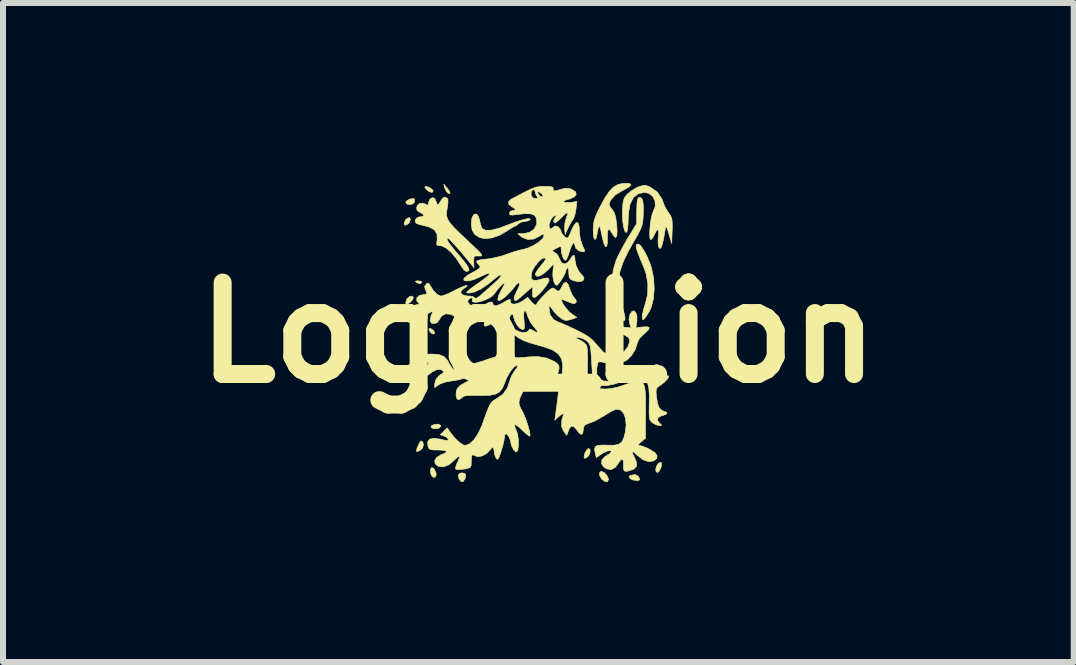
<source format=kicad_pcb>
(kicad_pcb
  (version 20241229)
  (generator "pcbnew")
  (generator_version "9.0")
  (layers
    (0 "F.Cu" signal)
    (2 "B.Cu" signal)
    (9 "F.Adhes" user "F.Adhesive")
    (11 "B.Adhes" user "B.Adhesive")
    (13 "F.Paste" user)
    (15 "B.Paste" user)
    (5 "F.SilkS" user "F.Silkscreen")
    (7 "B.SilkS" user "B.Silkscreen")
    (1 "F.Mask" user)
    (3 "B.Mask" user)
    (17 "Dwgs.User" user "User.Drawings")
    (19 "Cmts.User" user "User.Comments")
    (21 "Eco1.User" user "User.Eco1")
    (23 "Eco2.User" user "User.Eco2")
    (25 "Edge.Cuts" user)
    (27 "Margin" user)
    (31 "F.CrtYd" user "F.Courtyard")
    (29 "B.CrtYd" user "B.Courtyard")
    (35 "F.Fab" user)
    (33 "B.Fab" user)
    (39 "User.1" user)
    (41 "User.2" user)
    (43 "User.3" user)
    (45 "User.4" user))
  (footprint "Logo_Lion"
    (layer "F.Cu")
    (at 5.922 2.494)
    (property "Reference" "Logo_Lion" (at 0 0 0) (layer "F.SilkS") (effects (font (size 1.524 1.524) (thickness 0.3))))
    (attr through_hole)
    (fp_poly (pts (xy -1.952 -0.856) (xy -1.943 -0.838) (xy -1.972 -0.815) (xy -2.017 -0.829) (xy -2.032 -0.838) (xy -2.049 -0.856) (xy -2.022 -0.863) (xy -1.999 -0.863) (xy -1.952 -0.856)) (stroke (width 0.01) (type solid)) (fill yes) (layer "F.SilkS"))
    (fp_poly (pts (xy -1.525 -2.417) (xy -1.484 -2.361) (xy -1.471 -2.325) (xy -1.487 -2.317) (xy -1.514 -2.331) (xy -1.542 -2.368) (xy -1.56 -2.413) (xy -1.577 -2.477) (xy -1.525 -2.417)) (stroke (width 0.01) (type solid)) (fill yes) (layer "F.SilkS"))
    (fp_poly (pts (xy -1.792 -0.067) (xy -1.755 -0.041) (xy -1.729 -0.007) (xy -1.727 0.003) (xy -1.742 0.025) (xy -1.777 0.012) (xy -1.804 -0.013) (xy -1.823 -0.052) (xy -1.82 -0.068) (xy -1.792 -0.067)) (stroke (width 0.01) (type solid)) (fill yes) (layer "F.SilkS"))
    (fp_poly (pts (xy -1.22 2.349) (xy -1.209 2.388) (xy -1.221 2.432) (xy -1.253 2.481) (xy -1.289 2.48) (xy -1.321 2.438) (xy -1.337 2.378) (xy -1.309 2.344) (xy -1.27 2.337) (xy -1.22 2.349)) (stroke (width 0.01) (type solid)) (fill yes) (layer "F.SilkS"))
    (fp_poly (pts (xy -2.134 -1.895) (xy -2.134 -1.881) (xy -2.154 -1.83) (xy -2.184 -1.803) (xy -2.223 -1.79) (xy -2.235 -1.813) (xy -2.235 -1.827) (xy -2.215 -1.879) (xy -2.184 -1.905) (xy -2.146 -1.919) (xy -2.134 -1.895)) (stroke (width 0.01) (type solid)) (fill yes) (layer "F.SilkS"))
    (fp_poly (pts (xy -2.086 -0.595) (xy -2.089 -0.559) (xy -2.123 -0.516) (xy -2.146 -0.498) (xy -2.191 -0.471) (xy -2.207 -0.475) (xy -2.21 -0.502) (xy -2.19 -0.563) (xy -2.144 -0.603) (xy -2.116 -0.61) (xy -2.086 -0.595)) (stroke (width 0.01) (type solid)) (fill yes) (layer "F.SilkS"))
    (fp_poly (pts (xy -2.066 -2.227) (xy -2.061 -2.194) (xy -2.066 -2.173) (xy -2.097 -2.144) (xy -2.146 -2.134) (xy -2.19 -2.143) (xy -2.21 -2.171) (xy -2.188 -2.202) (xy -2.141 -2.226) (xy -2.09 -2.235) (xy -2.066 -2.227)) (stroke (width 0.01) (type solid)) (fill yes) (layer "F.SilkS"))
    (fp_poly (pts (xy -2.023 -0.235) (xy -2.011 -0.188) (xy -2.013 -0.131) (xy -2.03 -0.093) (xy -2.053 -0.084) (xy -2.071 -0.108) (xy -2.081 -0.163) (xy -2.076 -0.219) (xy -2.059 -0.256) (xy -2.045 -0.261) (xy -2.023 -0.235)) (stroke (width 0.01) (type solid)) (fill yes) (layer "F.SilkS"))
    (fp_poly (pts (xy -1.831 -2.426) (xy -1.781 -2.397) (xy -1.753 -2.366) (xy -1.753 -2.361) (xy -1.769 -2.338) (xy -1.809 -2.345) (xy -1.857 -2.377) (xy -1.867 -2.388) (xy -1.893 -2.426) (xy -1.882 -2.438) (xy -1.831 -2.426)) (stroke (width 0.01) (type solid)) (fill yes) (layer "F.SilkS"))
    (fp_poly (pts (xy -1.756 2.254) (xy -1.736 2.274) (xy -1.708 2.332) (xy -1.702 2.367) (xy -1.716 2.406) (xy -1.748 2.41) (xy -1.78 2.381) (xy -1.793 2.351) (xy -1.799 2.287) (xy -1.785 2.252) (xy -1.756 2.254)) (stroke (width 0.01) (type solid)) (fill yes) (layer "F.SilkS"))
    (fp_poly (pts (xy -1.634 1.54) (xy -1.626 1.562) (xy -1.647 1.587) (xy -1.696 1.6) (xy -1.75 1.598) (xy -1.787 1.58) (xy -1.789 1.577) (xy -1.782 1.552) (xy -1.739 1.532) (xy -1.674 1.524) (xy -1.634 1.54)) (stroke (width 0.01) (type solid)) (fill yes) (layer "F.SilkS"))
    (fp_poly (pts (xy 1.661 2.39) (xy 1.676 2.413) (xy 1.69 2.449) (xy 1.669 2.462) (xy 1.63 2.464) (xy 1.566 2.452) (xy 1.526 2.429) (xy 1.512 2.396) (xy 1.538 2.378) (xy 1.612 2.364) (xy 1.661 2.39)) (stroke (width 0.01) (type solid)) (fill yes) (layer "F.SilkS"))
    (fp_poly (pts (xy 2.05 2.169) (xy 2.055 2.204) (xy 2.04 2.258) (xy 2.013 2.308) (xy 1.988 2.33) (xy 1.963 2.318) (xy 1.956 2.279) (xy 1.969 2.225) (xy 1.998 2.181) (xy 2.032 2.162) (xy 2.05 2.169)) (stroke (width 0.01) (type solid)) (fill yes) (layer "F.SilkS"))
    (fp_poly (pts (xy 0.862 1.949) (xy 0.862 1.993) (xy 0.844 2.042) (xy 0.813 2.077) (xy 0.774 2.095) (xy 0.762 2.08) (xy 0.762 2.069) (xy 0.774 2.012) (xy 0.802 1.959) (xy 0.834 1.931) (xy 0.839 1.93) (xy 0.862 1.949)) (stroke (width 0.01) (type solid)) (fill yes) (layer "F.SilkS"))
    (fp_poly (pts (xy -1.925 1.823) (xy -1.916 1.869) (xy -1.927 1.919) (xy -1.947 1.944) (xy -1.997 1.974) (xy -2.028 1.98) (xy -2.032 1.972) (xy -2.023 1.931) (xy -2 1.875) (xy -1.975 1.826) (xy -1.956 1.803) (xy -1.955 1.803) (xy -1.925 1.823)) (stroke (width 0.01) (type solid)) (fill yes) (layer "F.SilkS"))
    (fp_poly (pts (xy 1.098 2.332) (xy 1.143 2.381) (xy 1.168 2.436) (xy 1.168 2.447) (xy 1.153 2.483) (xy 1.114 2.483) (xy 1.064 2.449) (xy 1.058 2.443) (xy 1.025 2.389) (xy 1.018 2.34) (xy 1.039 2.313) (xy 1.05 2.311) (xy 1.098 2.332)) (stroke (width 0.01) (type solid)) (fill yes) (layer "F.SilkS"))
    (fp_poly (pts (xy 1.673 -1.476) (xy 1.715 -1.436) (xy 1.763 -1.364) (xy 1.812 -1.269) (xy 1.858 -1.16) (xy 1.884 -1.084) (xy 1.921 -0.911) (xy 1.931 -0.733) (xy 1.917 -0.562) (xy 1.878 -0.414) (xy 1.846 -0.349) (xy 1.79 -0.26) (xy 1.753 -0.218) (xy 1.734 -0.221) (xy 1.731 -0.271) (xy 1.734 -0.295) (xy 1.753 -0.386) (xy 1.782 -0.482) (xy 1.787 -0.495) (xy 1.822 -0.644) (xy 1.825 -0.812) (xy 1.796 -0.982) (xy 1.762 -1.079) (xy 1.703 -1.219) (xy 1.663 -1.319) (xy 1.639 -1.388) (xy 1.63 -1.433) (xy 1.633 -1.461) (xy 1.644 -1.476) (xy 1.673 -1.476)) (stroke (width 0.01) (type solid)) (fill yes) (layer "F.SilkS"))
    (fp_poly (pts (xy -1.009 -1.957) (xy -0.983 -1.89) (xy -0.98 -1.875) (xy -0.963 -1.8) (xy -0.942 -1.744) (xy -0.936 -1.735) (xy -0.879 -1.706) (xy -0.786 -1.708) (xy -0.657 -1.74) (xy -0.524 -1.789) (xy -0.395 -1.839) (xy -0.285 -1.875) (xy -0.201 -1.897) (xy -0.149 -1.901) (xy -0.135 -1.888) (xy -0.138 -1.883) (xy -0.174 -1.862) (xy -0.227 -1.854) (xy -0.291 -1.841) (xy -0.33 -1.816) (xy -0.367 -1.784) (xy -0.384 -1.778) (xy -0.416 -1.764) (xy -0.473 -1.729) (xy -0.51 -1.703) (xy -0.645 -1.624) (xy -0.779 -1.578) (xy -0.902 -1.568) (xy -0.982 -1.587) (xy -1.062 -1.639) (xy -1.105 -1.715) (xy -1.118 -1.822) (xy -1.107 -1.91) (xy -1.079 -1.964) (xy -1.044 -1.98) (xy -1.009 -1.957)) (stroke (width 0.01) (type solid)) (fill yes) (layer "F.SilkS"))
    (fp_poly (pts (xy 1.72 -2.244) (xy 1.742 -2.19) (xy 1.751 -2.092) (xy 1.748 -1.949) (xy 1.741 -1.861) (xy 1.727 -1.79) (xy 1.702 -1.721) (xy 1.661 -1.64) (xy 1.602 -1.539) (xy 1.493 -1.345) (xy 1.414 -1.179) (xy 1.363 -1.029) (xy 1.334 -0.886) (xy 1.328 -0.827) (xy 1.324 -0.717) (xy 1.334 -0.627) (xy 1.36 -0.533) (xy 1.382 -0.473) (xy 1.422 -0.354) (xy 1.443 -0.266) (xy 1.444 -0.214) (xy 1.427 -0.199) (xy 1.393 -0.227) (xy 1.343 -0.299) (xy 1.334 -0.314) (xy 1.268 -0.47) (xy 1.232 -0.653) (xy 1.225 -0.85) (xy 1.249 -1.046) (xy 1.293 -1.197) (xy 1.33 -1.28) (xy 1.386 -1.389) (xy 1.451 -1.508) (xy 1.493 -1.578) (xy 1.638 -1.816) (xy 1.64 -2.032) (xy 1.643 -2.14) (xy 1.65 -2.207) (xy 1.662 -2.242) (xy 1.682 -2.256) (xy 1.684 -2.256) (xy 1.72 -2.244)) (stroke (width 0.01) (type solid)) (fill yes) (layer "F.SilkS"))
    (fp_poly (pts (xy 1.526 -2.483) (xy 1.544 -2.464) (xy 1.514 -2.431) (xy 1.435 -2.385) (xy 1.404 -2.369) (xy 1.284 -2.297) (xy 1.212 -2.218) (xy 1.211 -2.216) (xy 1.182 -2.16) (xy 1.18 -2.124) (xy 1.208 -2.081) (xy 1.226 -2.06) (xy 1.264 -2.001) (xy 1.289 -1.924) (xy 1.305 -1.813) (xy 1.306 -1.802) (xy 1.313 -1.688) (xy 1.307 -1.615) (xy 1.289 -1.586) (xy 1.261 -1.604) (xy 1.233 -1.648) (xy 1.195 -1.709) (xy 1.168 -1.721) (xy 1.153 -1.684) (xy 1.15 -1.597) (xy 1.151 -1.584) (xy 1.149 -1.486) (xy 1.138 -1.436) (xy 1.119 -1.434) (xy 1.096 -1.477) (xy 1.071 -1.566) (xy 1.06 -1.618) (xy 1.039 -1.717) (xy 1.023 -1.766) (xy 1.008 -1.766) (xy 0.992 -1.718) (xy 0.979 -1.645) (xy 0.962 -1.574) (xy 0.944 -1.552) (xy 0.928 -1.573) (xy 0.917 -1.637) (xy 0.914 -1.71) (xy 0.917 -1.794) (xy 0.93 -1.866) (xy 0.956 -1.943) (xy 1.001 -2.041) (xy 1.027 -2.094) (xy 1.109 -2.246) (xy 1.183 -2.355) (xy 1.254 -2.428) (xy 1.33 -2.47) (xy 1.417 -2.488) (xy 1.459 -2.489) (xy 1.526 -2.483)) (stroke (width 0.01) (type solid)) (fill yes) (layer "F.SilkS"))
    (fp_poly (pts (xy 1.842 -2.436) (xy 1.865 -2.425) (xy 1.981 -2.344) (xy 2.059 -2.23) (xy 2.08 -2.17) (xy 2.111 -2.094) (xy 2.159 -2.013) (xy 2.17 -1.998) (xy 2.203 -1.95) (xy 2.223 -1.905) (xy 2.231 -1.846) (xy 2.232 -1.76) (xy 2.23 -1.698) (xy 2.223 -1.486) (xy 2.189 -1.6) (xy 2.16 -1.698) (xy 2.14 -1.752) (xy 2.127 -1.766) (xy 2.118 -1.744) (xy 2.115 -1.727) (xy 2.09 -1.577) (xy 2.066 -1.472) (xy 2.042 -1.413) (xy 2.021 -1.402) (xy 2.001 -1.44) (xy 2 -1.446) (xy 1.995 -1.5) (xy 1.997 -1.58) (xy 2.001 -1.615) (xy 2.003 -1.69) (xy 1.991 -1.718) (xy 1.966 -1.697) (xy 1.931 -1.628) (xy 1.931 -1.626) (xy 1.902 -1.573) (xy 1.874 -1.55) (xy 1.873 -1.549) (xy 1.86 -1.572) (xy 1.855 -1.632) (xy 1.858 -1.715) (xy 1.866 -1.809) (xy 1.88 -1.9) (xy 1.897 -1.975) (xy 1.915 -2.019) (xy 1.949 -2.108) (xy 1.944 -2.197) (xy 1.905 -2.273) (xy 1.838 -2.323) (xy 1.769 -2.337) (xy 1.663 -2.315) (xy 1.583 -2.25) (xy 1.529 -2.142) (xy 1.502 -1.992) (xy 1.498 -1.901) (xy 1.495 -1.805) (xy 1.487 -1.726) (xy 1.476 -1.68) (xy 1.475 -1.678) (xy 1.455 -1.671) (xy 1.435 -1.705) (xy 1.419 -1.771) (xy 1.406 -1.859) (xy 1.4 -1.96) (xy 1.401 -2.049) (xy 1.409 -2.15) (xy 1.422 -2.217) (xy 1.447 -2.266) (xy 1.484 -2.31) (xy 1.558 -2.369) (xy 1.646 -2.42) (xy 1.665 -2.428) (xy 1.736 -2.452) (xy 1.787 -2.454) (xy 1.842 -2.436)) (stroke (width 0.01) (type solid)) (fill yes) (layer "F.SilkS"))
    (fp_poly (pts (xy -1.513 -2.234) (xy -1.508 -2.224) (xy -1.505 -2.178) (xy -1.513 -2.105) (xy -1.52 -2.066) (xy -1.53 -2.002) (xy -1.529 -1.947) (xy -1.513 -1.893) (xy -1.476 -1.833) (xy -1.414 -1.761) (xy -1.323 -1.669) (xy -1.199 -1.552) (xy -1.189 -1.542) (xy -1.081 -1.441) (xy -1.006 -1.369) (xy -0.961 -1.321) (xy -0.942 -1.294) (xy -0.945 -1.281) (xy -0.966 -1.277) (xy -0.991 -1.278) (xy -1.048 -1.278) (xy -1.072 -1.262) (xy -1.077 -1.214) (xy -1.076 -1.182) (xy -1.073 -1.081) (xy -1.123 -1.144) (xy -1.203 -1.243) (xy -1.286 -1.342) (xy -1.365 -1.432) (xy -1.432 -1.506) (xy -1.481 -1.556) (xy -1.504 -1.575) (xy -1.504 -1.575) (xy -1.523 -1.564) (xy -1.512 -1.528) (xy -1.468 -1.464) (xy -1.391 -1.369) (xy -1.361 -1.335) (xy -1.263 -1.22) (xy -1.198 -1.136) (xy -1.163 -1.078) (xy -1.155 -1.043) (xy -1.161 -1.032) (xy -1.198 -1.017) (xy -1.241 -1.046) (xy -1.292 -1.121) (xy -1.369 -1.238) (xy -1.452 -1.336) (xy -1.534 -1.408) (xy -1.607 -1.445) (xy -1.629 -1.448) (xy -1.676 -1.451) (xy -1.694 -1.471) (xy -1.69 -1.523) (xy -1.687 -1.544) (xy -1.689 -1.642) (xy -1.733 -1.714) (xy -1.821 -1.762) (xy -1.892 -1.78) (xy -1.969 -1.798) (xy -2.026 -1.818) (xy -2.041 -1.827) (xy -2.055 -1.869) (xy -2.032 -1.908) (xy -1.982 -1.93) (xy -1.969 -1.93) (xy -1.917 -1.939) (xy -1.911 -1.962) (xy -1.952 -1.994) (xy -1.969 -2.002) (xy -2.02 -2.035) (xy -2.029 -2.077) (xy -2.017 -2.119) (xy -1.982 -2.15) (xy -1.926 -2.158) (xy -1.876 -2.141) (xy -1.863 -2.127) (xy -1.845 -2.122) (xy -1.83 -2.167) (xy -1.829 -2.172) (xy -1.804 -2.228) (xy -1.765 -2.251) (xy -1.727 -2.238) (xy -1.706 -2.191) (xy -1.689 -2.142) (xy -1.661 -2.141) (xy -1.63 -2.186) (xy -1.626 -2.197) (xy -1.591 -2.246) (xy -1.548 -2.259) (xy -1.513 -2.234)) (stroke (width 0.01) (type solid)) (fill yes) (layer "F.SilkS"))
    (fp_poly (pts (xy -1.657 0.365) (xy -1.572 0.399) (xy -1.513 0.462) (xy -1.488 0.51) (xy -1.431 0.601) (xy -1.363 0.65) (xy -1.3 0.654) (xy -1.283 0.642) (xy -1.308 0.62) (xy -1.34 0.601) (xy -1.399 0.559) (xy -1.421 0.508) (xy -1.422 0.482) (xy -1.42 0.427) (xy -1.406 0.412) (xy -1.372 0.435) (xy -1.332 0.473) (xy -1.287 0.513) (xy -1.241 0.53) (xy -1.175 0.529) (xy -1.134 0.525) (xy -1.037 0.506) (xy -0.923 0.473) (xy -0.851 0.446) (xy -0.691 0.396) (xy -0.542 0.383) (xy -0.419 0.407) (xy -0.337 0.419) (xy -0.213 0.41) (xy -0.186 0.406) (xy -0.018 0.397) (xy 0.139 0.424) (xy 0.271 0.482) (xy 0.3 0.503) (xy 0.339 0.542) (xy 0.347 0.587) (xy 0.337 0.637) (xy 0.322 0.685) (xy 0.298 0.713) (xy 0.253 0.728) (xy 0.173 0.738) (xy 0.164 0.739) (xy -0.008 0.776) (xy -0.145 0.849) (xy -0.246 0.957) (xy -0.308 1.092) (xy -0.323 1.156) (xy -0.318 1.208) (xy -0.29 1.269) (xy -0.272 1.301) (xy -0.238 1.37) (xy -0.203 1.459) (xy -0.172 1.552) (xy -0.149 1.636) (xy -0.138 1.698) (xy -0.141 1.725) (xy -0.164 1.715) (xy -0.212 1.677) (xy -0.267 1.626) (xy -0.339 1.56) (xy -0.384 1.534) (xy -0.399 1.546) (xy -0.383 1.596) (xy -0.37 1.622) (xy -0.346 1.694) (xy -0.333 1.787) (xy -0.332 1.881) (xy -0.343 1.955) (xy -0.352 1.976) (xy -0.374 1.99) (xy -0.404 1.961) (xy -0.415 1.946) (xy -0.446 1.887) (xy -0.457 1.844) (xy -0.468 1.787) (xy -0.493 1.73) (xy -0.524 1.691) (xy -0.544 1.685) (xy -0.565 1.715) (xy -0.566 1.743) (xy -0.571 1.79) (xy -0.589 1.869) (xy -0.616 1.962) (xy -0.616 1.964) (xy -0.646 2.052) (xy -0.667 2.099) (xy -0.684 2.11) (xy -0.702 2.095) (xy -0.704 2.092) (xy -0.729 2.033) (xy -0.737 1.976) (xy -0.745 1.919) (xy -0.767 1.91) (xy -0.803 1.95) (xy -0.806 1.955) (xy -0.862 2.014) (xy -0.934 2.054) (xy -1.005 2.067) (xy -1.04 2.058) (xy -1.086 2.037) (xy -1.109 2.044) (xy -1.117 2.087) (xy -1.118 2.143) (xy -1.12 2.212) (xy -1.136 2.247) (xy -1.177 2.263) (xy -1.213 2.27) (xy -1.297 2.282) (xy -1.346 2.284) (xy -1.372 2.276) (xy -1.379 2.27) (xy -1.378 2.24) (xy -1.358 2.183) (xy -1.345 2.156) (xy -1.316 2.088) (xy -1.317 2.061) (xy -1.348 2.075) (xy -1.399 2.124) (xy -1.488 2.199) (xy -1.578 2.236) (xy -1.659 2.232) (xy -1.669 2.228) (xy -1.719 2.186) (xy -1.727 2.133) (xy -1.695 2.08) (xy -1.626 2.037) (xy -1.611 2.031) (xy -1.545 2.003) (xy -1.528 1.98) (xy -1.56 1.964) (xy -1.638 1.956) (xy -1.674 1.956) (xy -1.758 1.954) (xy -1.805 1.945) (xy -1.828 1.924) (xy -1.84 1.89) (xy -1.844 1.818) (xy -1.812 1.775) (xy -1.741 1.761) (xy -1.63 1.775) (xy -1.556 1.794) (xy -1.51 1.796) (xy -1.5 1.777) (xy -1.524 1.748) (xy -1.567 1.725) (xy -1.635 1.7) (xy -1.577 1.644) (xy -1.52 1.587) (xy -1.478 1.648) (xy -1.402 1.744) (xy -1.326 1.82) (xy -1.259 1.868) (xy -1.219 1.88) (xy -1.148 1.855) (xy -1.074 1.787) (xy -1.003 1.681) (xy -0.939 1.544) (xy -0.928 1.511) (xy -0.878 1.373) (xy -0.841 1.275) (xy -0.811 1.208) (xy -0.783 1.164) (xy -0.754 1.135) (xy -0.718 1.112) (xy -0.697 1.101) (xy -0.587 1.023) (xy -0.515 0.919) (xy -0.479 0.811) (xy -0.449 0.724) (xy -0.403 0.647) (xy -0.39 0.631) (xy -0.353 0.582) (xy -0.349 0.551) (xy -0.352 0.548) (xy -0.384 0.555) (xy -0.429 0.598) (xy -0.478 0.665) (xy -0.524 0.746) (xy -0.559 0.829) (xy -0.596 0.922) (xy -0.645 0.986) (xy -0.713 1.025) (xy -0.811 1.044) (xy -0.948 1.048) (xy -0.988 1.047) (xy -1.11 1.045) (xy -1.19 1.049) (xy -1.24 1.059) (xy -1.267 1.076) (xy -1.269 1.079) (xy -1.318 1.116) (xy -1.355 1.106) (xy -1.371 1.052) (xy -1.372 1.043) (xy -1.367 0.975) (xy -1.347 0.924) (xy -1.302 0.88) (xy -1.224 0.835) (xy -1.16 0.803) (xy -1.059 0.749) (xy -0.972 0.692) (xy -0.905 0.639) (xy -0.869 0.596) (xy -0.868 0.571) (xy -0.894 0.577) (xy -0.945 0.606) (xy -0.968 0.622) (xy -1.138 0.725) (xy -1.316 0.784) (xy -1.422 0.801) (xy -1.536 0.82) (xy -1.627 0.85) (xy -1.657 0.867) (xy -1.727 0.916) (xy -1.727 0.852) (xy -1.706 0.78) (xy -1.654 0.715) (xy -1.599 0.681) (xy -1.58 0.655) (xy -1.585 0.64) (xy -1.628 0.612) (xy -1.695 0.618) (xy -1.773 0.656) (xy -1.813 0.687) (xy -1.868 0.727) (xy -1.907 0.743) (xy -1.916 0.74) (xy -1.917 0.697) (xy -1.894 0.631) (xy -1.852 0.558) (xy -1.849 0.554) (xy -1.831 0.512) (xy -1.835 0.493) (xy -1.869 0.491) (xy -1.917 0.519) (xy -1.967 0.566) (xy -2.005 0.622) (xy -2.011 0.637) (xy -2.038 0.688) (xy -2.063 0.692) (xy -2.079 0.651) (xy -2.083 0.598) (xy -2.071 0.53) (xy -2.03 0.469) (xy -1.993 0.434) (xy -1.924 0.383) (xy -1.855 0.36) (xy -1.778 0.356) (xy -1.657 0.365)) (stroke (width 0.01) (type solid)) (fill yes) (layer "F.SilkS"))
    (fp_poly (pts (xy 0.192 -2.436) (xy 0.237 -2.426) (xy 0.249 -2.407) (xy 0.249 -2.402) (xy 0.247 -2.372) (xy 0.265 -2.363) (xy 0.313 -2.371) (xy 0.373 -2.388) (xy 0.455 -2.407) (xy 0.519 -2.402) (xy 0.557 -2.388) (xy 0.618 -2.349) (xy 0.632 -2.305) (xy 0.6 -2.263) (xy 0.527 -2.229) (xy 0.487 -2.22) (xy 0.432 -2.201) (xy 0.421 -2.182) (xy 0.448 -2.169) (xy 0.506 -2.166) (xy 0.54 -2.17) (xy 0.642 -2.186) (xy 0.627 -2.055) (xy 0.611 -1.971) (xy 0.588 -1.904) (xy 0.575 -1.882) (xy 0.542 -1.834) (xy 0.503 -1.762) (xy 0.493 -1.74) (xy 0.447 -1.638) (xy 0.438 -1.731) (xy 0.442 -1.82) (xy 0.465 -1.909) (xy 0.467 -1.915) (xy 0.49 -1.978) (xy 0.486 -2.002) (xy 0.454 -1.984) (xy 0.393 -1.927) (xy 0.384 -1.917) (xy 0.329 -1.866) (xy 0.288 -1.834) (xy 0.276 -1.829) (xy 0.256 -1.847) (xy 0.26 -1.887) (xy 0.284 -1.925) (xy 0.301 -1.951) (xy 0.286 -1.956) (xy 0.246 -1.934) (xy 0.208 -1.882) (xy 0.182 -1.818) (xy 0.178 -1.785) (xy 0.19 -1.738) (xy 0.218 -1.729) (xy 0.241 -1.753) (xy 0.281 -1.779) (xy 0.328 -1.768) (xy 0.362 -1.727) (xy 0.366 -1.716) (xy 0.393 -1.653) (xy 0.436 -1.6) (xy 0.478 -1.575) (xy 0.482 -1.575) (xy 0.504 -1.596) (xy 0.529 -1.649) (xy 0.531 -1.656) (xy 0.565 -1.734) (xy 0.6 -1.799) (xy 0.637 -1.837) (xy 0.663 -1.825) (xy 0.68 -1.766) (xy 0.685 -1.669) (xy 0.7 -1.554) (xy 0.737 -1.448) (xy 0.737 -1.447) (xy 0.767 -1.384) (xy 0.772 -1.355) (xy 0.754 -1.346) (xy 0.748 -1.346) (xy 0.678 -1.363) (xy 0.626 -1.404) (xy 0.61 -1.449) (xy 0.602 -1.494) (xy 0.584 -1.495) (xy 0.558 -1.456) (xy 0.529 -1.383) (xy 0.522 -1.36) (xy 0.496 -1.282) (xy 0.471 -1.225) (xy 0.457 -1.206) (xy 0.432 -1.215) (xy 0.407 -1.259) (xy 0.388 -1.323) (xy 0.381 -1.387) (xy 0.379 -1.427) (xy 0.363 -1.436) (xy 0.319 -1.417) (xy 0.299 -1.407) (xy 0.246 -1.378) (xy 0.235 -1.361) (xy 0.261 -1.344) (xy 0.274 -1.338) (xy 0.322 -1.295) (xy 0.351 -1.234) (xy 0.385 -1.167) (xy 0.434 -1.145) (xy 0.489 -1.168) (xy 0.527 -1.217) (xy 0.568 -1.278) (xy 0.595 -1.29) (xy 0.608 -1.253) (xy 0.61 -1.218) (xy 0.628 -1.118) (xy 0.675 -1.021) (xy 0.722 -0.967) (xy 0.76 -0.918) (xy 0.755 -0.878) (xy 0.715 -0.854) (xy 0.648 -0.852) (xy 0.593 -0.865) (xy 0.538 -0.888) (xy 0.514 -0.922) (xy 0.508 -0.986) (xy 0.508 -0.994) (xy 0.503 -1.057) (xy 0.488 -1.081) (xy 0.483 -1.08) (xy 0.459 -1.043) (xy 0.457 -1.027) (xy 0.444 -0.986) (xy 0.413 -0.926) (xy 0.373 -0.863) (xy 0.334 -0.811) (xy 0.307 -0.788) (xy 0.306 -0.787) (xy 0.276 -0.81) (xy 0.253 -0.869) (xy 0.241 -0.947) (xy 0.243 -1.032) (xy 0.244 -1.037) (xy 0.261 -1.153) (xy 0.16 -1.046) (xy 0.09 -0.985) (xy 0.026 -0.948) (xy -0.024 -0.939) (xy -0.049 -0.961) (xy -0.051 -0.973) (xy -0.035 -1.01) (xy 0.005 -1.069) (xy 0.038 -1.111) (xy 0.096 -1.181) (xy 0.122 -1.222) (xy 0.118 -1.24) (xy 0.092 -1.245) (xy 0.048 -1.224) (xy -0.007 -1.172) (xy -0.06 -1.103) (xy -0.101 -1.03) (xy -0.114 -0.99) (xy -0.12 -0.914) (xy -0.094 -0.876) (xy -0.032 -0.872) (xy 0.021 -0.885) (xy 0.107 -0.908) (xy 0.155 -0.911) (xy 0.175 -0.895) (xy 0.178 -0.873) (xy 0.161 -0.83) (xy 0.12 -0.767) (xy 0.065 -0.699) (xy 0.006 -0.637) (xy -0.044 -0.595) (xy -0.069 -0.584) (xy -0.094 -0.598) (xy -0.099 -0.645) (xy -0.097 -0.673) (xy -0.093 -0.732) (xy -0.096 -0.761) (xy -0.098 -0.762) (xy -0.121 -0.746) (xy -0.169 -0.704) (xy -0.231 -0.648) (xy -0.298 -0.589) (xy -0.351 -0.548) (xy -0.38 -0.533) (xy -0.404 -0.552) (xy -0.398 -0.605) (xy -0.364 -0.686) (xy -0.35 -0.711) (xy -0.318 -0.78) (xy -0.313 -0.823) (xy -0.331 -0.832) (xy -0.369 -0.8) (xy -0.389 -0.775) (xy -0.448 -0.701) (xy -0.517 -0.63) (xy -0.584 -0.572) (xy -0.637 -0.538) (xy -0.654 -0.533) (xy -0.676 -0.552) (xy -0.667 -0.606) (xy -0.628 -0.689) (xy -0.604 -0.732) (xy -0.574 -0.788) (xy -0.564 -0.824) (xy -0.565 -0.828) (xy -0.587 -0.818) (xy -0.627 -0.78) (xy -0.675 -0.726) (xy -0.717 -0.67) (xy -0.73 -0.651) (xy -0.772 -0.607) (xy -0.836 -0.568) (xy -0.912 -0.535) (xy -0.987 -0.513) (xy -1.051 -0.505) (xy -1.093 -0.513) (xy -1.103 -0.541) (xy -1.101 -0.546) (xy -1.101 -0.578) (xy -1.127 -0.58) (xy -1.165 -0.55) (xy -1.166 -0.549) (xy -1.179 -0.513) (xy -1.155 -0.482) (xy -1.134 -0.457) (xy -1.149 -0.437) (xy -1.193 -0.416) (xy -1.269 -0.359) (xy -1.299 -0.306) (xy -1.33 -0.244) (xy -1.362 -0.232) (xy -1.385 -0.256) (xy -1.42 -0.285) (xy -1.465 -0.306) (xy -1.546 -0.314) (xy -1.613 -0.276) (xy -1.652 -0.214) (xy -1.686 -0.169) (xy -1.734 -0.15) (xy -1.779 -0.158) (xy -1.803 -0.194) (xy -1.803 -0.205) (xy -1.791 -0.272) (xy -1.777 -0.306) (xy -1.762 -0.346) (xy -1.777 -0.351) (xy -1.828 -0.324) (xy -1.842 -0.315) (xy -1.9 -0.29) (xy -1.943 -0.289) (xy -1.974 -0.323) (xy -1.979 -0.375) (xy -1.958 -0.418) (xy -1.954 -0.42) (xy -1.95 -0.445) (xy -1.981 -0.475) (xy -2.026 -0.527) (xy -2.025 -0.58) (xy -1.983 -0.619) (xy -1.937 -0.63) (xy -1.876 -0.639) (xy -1.858 -0.658) (xy -1.873 -0.699) (xy -1.882 -0.716) (xy -1.896 -0.767) (xy -1.872 -0.806) (xy -1.841 -0.828) (xy -1.818 -0.811) (xy -1.803 -0.784) (xy -1.747 -0.699) (xy -1.685 -0.637) (xy -1.627 -0.61) (xy -1.62 -0.61) (xy -1.575 -0.621) (xy -1.501 -0.651) (xy -1.413 -0.694) (xy -1.404 -0.699) (xy -1.318 -0.742) (xy -1.244 -0.773) (xy -1.199 -0.786) (xy -1.196 -0.786) (xy -1.184 -0.777) (xy -1.217 -0.752) (xy -1.226 -0.747) (xy -1.283 -0.703) (xy -1.293 -0.661) (xy -1.259 -0.629) (xy -1.185 -0.611) (xy -1.143 -0.61) (xy -1.087 -0.6) (xy -1.06 -0.578) (xy -1.037 -0.572) (xy -0.984 -0.605) (xy -0.95 -0.633) (xy -0.821 -0.747) (xy -0.726 -0.832) (xy -0.663 -0.892) (xy -0.628 -0.931) (xy -0.617 -0.952) (xy -0.618 -0.957) (xy -0.648 -0.958) (xy -0.666 -0.947) (xy -0.701 -0.92) (xy -0.763 -0.87) (xy -0.838 -0.81) (xy -0.844 -0.805) (xy -0.956 -0.728) (xy -1.062 -0.678) (xy -1.153 -0.659) (xy -1.194 -0.665) (xy -1.187 -0.682) (xy -1.145 -0.72) (xy -1.075 -0.773) (xy -1.018 -0.813) (xy -0.908 -0.891) (xy -0.841 -0.945) (xy -0.813 -0.977) (xy -0.824 -0.99) (xy -0.832 -0.99) (xy -0.863 -0.98) (xy -0.924 -0.952) (xy -0.976 -0.927) (xy -1.071 -0.886) (xy -1.151 -0.865) (xy -1.21 -0.862) (xy -1.242 -0.874) (xy -1.241 -0.901) (xy -1.201 -0.941) (xy -1.149 -0.974) (xy -1.054 -1.026) (xy -0.998 -1.061) (xy -0.973 -1.085) (xy -0.973 -1.106) (xy -0.992 -1.13) (xy -1.001 -1.141) (xy -1.026 -1.172) (xy -1.027 -1.193) (xy -0.999 -1.207) (xy -0.934 -1.219) (xy -0.828 -1.23) (xy -0.719 -1.25) (xy -0.597 -1.282) (xy -0.523 -1.308) (xy -0.421 -1.344) (xy -0.316 -1.374) (xy -0.254 -1.387) (xy -0.169 -1.412) (xy -0.076 -1.456) (xy 0.008 -1.51) (xy 0.069 -1.565) (xy 0.088 -1.594) (xy 0.095 -1.637) (xy 0.07 -1.641) (xy 0.015 -1.607) (xy 0.011 -1.603) (xy -0.081 -1.559) (xy -0.181 -1.555) (xy -0.271 -1.59) (xy -0.283 -1.599) (xy -0.343 -1.649) (xy -0.251 -1.65) (xy -0.148 -1.67) (xy -0.072 -1.723) (xy -0.03 -1.8) (xy -0.025 -1.84) (xy -0.035 -1.912) (xy -0.068 -1.959) (xy -0.13 -1.981) (xy -0.228 -1.983) (xy -0.362 -1.968) (xy -0.435 -1.959) (xy -0.472 -1.964) (xy -0.482 -1.985) (xy -0.483 -1.991) (xy -0.461 -2.025) (xy -0.432 -2.032) (xy -0.388 -2.041) (xy -0.389 -2.065) (xy -0.436 -2.095) (xy -0.438 -2.096) (xy -0.49 -2.135) (xy -0.497 -2.181) (xy -0.457 -2.222) (xy -0.451 -2.225) (xy -0.401 -2.251) (xy -0.333 -2.287) (xy -0.122 -2.287) (xy -0.087 -2.245) (xy -0.047 -2.235) (xy -0.009 -2.241) (xy -0.016 -2.261) (xy -0.02 -2.266) (xy -0.047 -2.317) (xy -0.05 -2.338) (xy -0.013 -2.338) (xy -0.001 -2.313) (xy 0.032 -2.273) (xy 0.062 -2.261) (xy 0.076 -2.284) (xy 0.076 -2.285) (xy 0.056 -2.315) (xy 0.023 -2.338) (xy -0.013 -2.354) (xy -0.013 -2.338) (xy -0.05 -2.338) (xy -0.051 -2.342) (xy -0.065 -2.381) (xy -0.095 -2.382) (xy -0.118 -2.349) (xy -0.122 -2.287) (xy -0.333 -2.287) (xy -0.322 -2.292) (xy -0.231 -2.341) (xy -0.22 -2.346) (xy -0.117 -2.397) (xy -0.033 -2.426) (xy 0.05 -2.437) (xy 0.105 -2.438) (xy 0.192 -2.436)) (stroke (width 0.01) (type solid)) (fill yes) (layer "F.SilkS"))
    (fp_poly (pts (xy 0.498 -0.8) (xy 0.529 -0.715) (xy 0.558 -0.643) (xy 0.59 -0.591) (xy 0.597 -0.584) (xy 0.63 -0.54) (xy 0.63 -0.5) (xy 0.597 -0.483) (xy 0.596 -0.483) (xy 0.547 -0.494) (xy 0.482 -0.521) (xy 0.479 -0.523) (xy 0.424 -0.546) (xy 0.392 -0.552) (xy 0.39 -0.551) (xy 0.391 -0.52) (xy 0.419 -0.466) (xy 0.464 -0.404) (xy 0.517 -0.345) (xy 0.557 -0.312) (xy 0.641 -0.255) (xy 0.573 -0.229) (xy 0.503 -0.209) (xy 0.453 -0.203) (xy 0.404 -0.222) (xy 0.339 -0.271) (xy 0.272 -0.338) (xy 0.216 -0.412) (xy 0.211 -0.42) (xy 0.189 -0.451) (xy 0.181 -0.44) (xy 0.179 -0.401) (xy 0.197 -0.294) (xy 0.255 -0.218) (xy 0.326 -0.18) (xy 0.39 -0.155) (xy 0.483 -0.114) (xy 0.591 -0.064) (xy 0.648 -0.036) (xy 0.766 0.025) (xy 0.851 0.079) (xy 0.917 0.136) (xy 0.978 0.208) (xy 0.982 0.213) (xy 1.081 0.321) (xy 1.176 0.381) (xy 1.27 0.394) (xy 1.353 0.37) (xy 1.434 0.311) (xy 1.495 0.229) (xy 1.523 0.142) (xy 1.524 0.13) (xy 1.502 0.08) (xy 1.437 0.041) (xy 1.37 0.001) (xy 1.323 -0.048) (xy 1.32 -0.053) (xy 1.304 -0.086) (xy 1.311 -0.101) (xy 1.35 -0.101) (xy 1.418 -0.094) (xy 1.547 -0.079) (xy 1.523 -0.143) (xy 1.51 -0.228) (xy 1.529 -0.31) (xy 1.563 -0.356) (xy 1.598 -0.363) (xy 1.626 -0.331) (xy 1.643 -0.27) (xy 1.643 -0.192) (xy 1.641 -0.178) (xy 1.626 -0.082) (xy 1.74 -0.095) (xy 1.818 -0.098) (xy 1.85 -0.084) (xy 1.836 -0.049) (xy 1.778 0.007) (xy 1.756 0.026) (xy 1.683 0.099) (xy 1.647 0.175) (xy 1.642 0.2) (xy 1.613 0.284) (xy 1.559 0.372) (xy 1.543 0.392) (xy 1.475 0.458) (xy 1.403 0.493) (xy 1.336 0.508) (xy 1.237 0.514) (xy 1.14 0.506) (xy 1.113 0.501) (xy 1.048 0.488) (xy 1.006 0.487) (xy 1.001 0.489) (xy 0.989 0.52) (xy 0.976 0.581) (xy 0.974 0.593) (xy 0.974 0.696) (xy 1.012 0.767) (xy 1.085 0.805) (xy 1.189 0.809) (xy 1.322 0.778) (xy 1.395 0.75) (xy 1.494 0.713) (xy 1.592 0.683) (xy 1.648 0.671) (xy 1.739 0.644) (xy 1.825 0.6) (xy 1.833 0.594) (xy 1.898 0.555) (xy 1.956 0.534) (xy 1.965 0.533) (xy 1.998 0.536) (xy 1.994 0.554) (xy 1.97 0.582) (xy 1.939 0.648) (xy 1.944 0.687) (xy 1.96 0.721) (xy 1.991 0.734) (xy 2.052 0.73) (xy 2.076 0.727) (xy 2.145 0.719) (xy 2.173 0.722) (xy 2.17 0.742) (xy 2.153 0.768) (xy 2.106 0.821) (xy 2.041 0.872) (xy 2.035 0.876) (xy 1.988 0.909) (xy 1.966 0.941) (xy 1.962 0.991) (xy 1.968 1.063) (xy 1.986 1.179) (xy 2.015 1.254) (xy 2.059 1.296) (xy 2.096 1.311) (xy 2.141 1.331) (xy 2.137 1.354) (xy 2.087 1.377) (xy 2.057 1.384) (xy 1.997 1.413) (xy 1.983 1.457) (xy 2.017 1.507) (xy 2.026 1.514) (xy 2.055 1.54) (xy 2.039 1.548) (xy 2.016 1.549) (xy 1.957 1.534) (xy 1.901 1.501) (xy 1.875 1.477) (xy 1.858 1.448) (xy 1.849 1.405) (xy 1.846 1.337) (xy 1.847 1.233) (xy 1.848 1.177) (xy 1.849 1.025) (xy 1.84 0.915) (xy 1.82 0.84) (xy 1.785 0.791) (xy 1.733 0.761) (xy 1.71 0.753) (xy 1.659 0.745) (xy 1.599 0.751) (xy 1.516 0.773) (xy 1.41 0.81) (xy 1.258 0.859) (xy 1.142 0.883) (xy 1.053 0.882) (xy 0.985 0.857) (xy 0.963 0.841) (xy 0.937 0.817) (xy 0.92 0.784) (xy 0.907 0.734) (xy 0.898 0.657) (xy 0.891 0.542) (xy 0.888 0.494) (xy 0.88 0.366) (xy 0.872 0.278) (xy 0.862 0.22) (xy 0.846 0.182) (xy 0.822 0.153) (xy 0.803 0.135) (xy 0.735 0.095) (xy 0.668 0.079) (xy 0.665 0.079) (xy 0.626 0.082) (xy 0.625 0.091) (xy 0.666 0.111) (xy 0.692 0.123) (xy 0.758 0.162) (xy 0.801 0.206) (xy 0.806 0.216) (xy 0.814 0.262) (xy 0.819 0.345) (xy 0.82 0.452) (xy 0.82 0.525) (xy 0.814 0.783) (xy 0.903 0.861) (xy 0.971 0.912) (xy 1.039 0.935) (xy 1.119 0.94) (xy 1.217 0.93) (xy 1.329 0.906) (xy 1.391 0.886) (xy 1.488 0.853) (xy 1.581 0.829) (xy 1.629 0.82) (xy 1.683 0.816) (xy 1.723 0.825) (xy 1.752 0.853) (xy 1.771 0.905) (xy 1.782 0.988) (xy 1.787 1.107) (xy 1.788 1.269) (xy 1.788 1.335) (xy 1.785 1.762) (xy 1.712 1.82) (xy 1.669 1.859) (xy 1.665 1.877) (xy 1.684 1.879) (xy 1.731 1.891) (xy 1.803 1.919) (xy 1.855 1.944) (xy 1.941 1.999) (xy 1.98 2.052) (xy 1.971 2.1) (xy 1.919 2.138) (xy 1.836 2.149) (xy 1.744 2.118) (xy 1.654 2.047) (xy 1.649 2.043) (xy 1.595 1.993) (xy 1.569 1.986) (xy 1.572 2.019) (xy 1.602 2.081) (xy 1.639 2.168) (xy 1.635 2.231) (xy 1.588 2.275) (xy 1.561 2.286) (xy 1.479 2.311) (xy 1.434 2.306) (xy 1.417 2.266) (xy 1.418 2.21) (xy 1.417 2.139) (xy 1.399 2.109) (xy 1.369 2.124) (xy 1.347 2.157) (xy 1.284 2.244) (xy 1.213 2.282) (xy 1.137 2.269) (xy 1.092 2.24) (xy 1.052 2.183) (xy 1.059 2.122) (xy 1.111 2.064) (xy 1.145 2.044) (xy 1.196 2.01) (xy 1.219 1.981) (xy 1.219 1.979) (xy 1.2 1.964) (xy 1.151 1.973) (xy 1.085 2.003) (xy 1.036 2.034) (xy 0.966 2.083) (xy 0.951 2.022) (xy 0.937 1.949) (xy 0.947 1.903) (xy 0.986 1.88) (xy 1.063 1.873) (xy 1.144 1.875) (xy 1.262 1.876) (xy 1.341 1.86) (xy 1.392 1.82) (xy 1.426 1.748) (xy 1.447 1.669) (xy 1.463 1.542) (xy 1.453 1.431) (xy 1.422 1.345) (xy 1.372 1.29) (xy 1.306 1.276) (xy 1.289 1.279) (xy 1.23 1.304) (xy 1.158 1.346) (xy 1.141 1.358) (xy 0.942 1.473) (xy 0.826 1.516) (xy 0.77 1.542) (xy 0.751 1.587) (xy 0.749 1.614) (xy 0.74 1.679) (xy 0.714 1.697) (xy 0.674 1.667) (xy 0.648 1.631) (xy 0.597 1.569) (xy 0.554 1.556) (xy 0.518 1.593) (xy 0.503 1.63) (xy 0.475 1.71) (xy 0.428 1.652) (xy 0.386 1.564) (xy 0.391 1.458) (xy 0.406 1.411) (xy 0.419 1.361) (xy 0.405 1.35) (xy 0.361 1.381) (xy 0.335 1.403) (xy 0.274 1.46) (xy 0.288 1.359) (xy 0.298 1.285) (xy 0.312 1.18) (xy 0.326 1.066) (xy 0.329 1.041) (xy 0.344 0.932) (xy 0.361 0.833) (xy 0.377 0.763) (xy 0.381 0.752) (xy 0.396 0.681) (xy 0.405 0.589) (xy 0.406 0.553) (xy 0.389 0.441) (xy 0.334 0.355) (xy 0.238 0.289) (xy 0.12 0.245) (xy 0.009 0.213) (xy -0.11 0.179) (xy -0.162 0.164) (xy -0.25 0.13) (xy -0.335 0.083) (xy -0.408 0.03) (xy -0.458 -0.021) (xy -0.476 -0.062) (xy -0.472 -0.072) (xy -0.447 -0.085) (xy -0.4 -0.06) (xy -0.389 -0.051) (xy -0.321 -0.015) (xy -0.249 -0.001) (xy -0.19 -0.01) (xy -0.162 -0.037) (xy -0.146 -0.06) (xy -0.115 -0.052) (xy -0.086 -0.034) (xy -0.032 -0.005) (xy -0.013 -0.011) (xy -0.029 -0.045) (xy -0.073 -0.094) (xy -0.13 -0.17) (xy -0.172 -0.26) (xy -0.177 -0.276) (xy -0.202 -0.346) (xy -0.223 -0.369) (xy -0.239 -0.348) (xy -0.244 -0.287) (xy -0.239 -0.201) (xy -0.231 -0.116) (xy -0.234 -0.07) (xy -0.249 -0.053) (xy -0.262 -0.051) (xy -0.306 -0.072) (xy -0.354 -0.126) (xy -0.393 -0.195) (xy -0.41 -0.254) (xy -0.425 -0.307) (xy -0.448 -0.309) (xy -0.477 -0.263) (xy -0.504 -0.192) (xy -0.538 -0.109) (xy -0.578 -0.063) (xy -0.618 -0.043) (xy -0.672 -0.031) (xy -0.702 -0.033) (xy -0.699 -0.061) (xy -0.677 -0.118) (xy -0.66 -0.152) (xy -0.631 -0.217) (xy -0.616 -0.261) (xy -0.617 -0.27) (xy -0.641 -0.261) (xy -0.69 -0.227) (xy -0.736 -0.191) (xy -0.822 -0.129) (xy -0.879 -0.107) (xy -0.906 -0.123) (xy -0.899 -0.175) (xy -0.855 -0.261) (xy -0.847 -0.274) (xy -0.822 -0.333) (xy -0.833 -0.361) (xy -0.873 -0.352) (xy -0.911 -0.323) (xy -0.974 -0.271) (xy -1.033 -0.232) (xy -1.035 -0.231) (xy -1.079 -0.216) (xy -1.091 -0.237) (xy -1.072 -0.294) (xy -1.054 -0.331) (xy -1.017 -0.377) (xy -0.961 -0.425) (xy -0.895 -0.468) (xy -0.832 -0.499) (xy -0.784 -0.513) (xy -0.762 -0.501) (xy -0.762 -0.497) (xy -0.747 -0.453) (xy -0.702 -0.447) (xy -0.624 -0.478) (xy -0.598 -0.493) (xy -0.524 -0.536) (xy -0.483 -0.554) (xy -0.467 -0.549) (xy -0.466 -0.523) (xy -0.466 -0.514) (xy -0.45 -0.482) (xy -0.402 -0.474) (xy -0.336 -0.49) (xy -0.262 -0.528) (xy -0.253 -0.534) (xy -0.176 -0.589) (xy -0.124 -0.523) (xy -0.076 -0.473) (xy -0.04 -0.458) (xy -0.025 -0.479) (xy -0.025 -0.481) (xy -0.009 -0.51) (xy 0.036 -0.563) (xy 0.098 -0.629) (xy 0.104 -0.635) (xy 0.173 -0.702) (xy 0.216 -0.736) (xy 0.245 -0.745) (xy 0.27 -0.732) (xy 0.278 -0.725) (xy 0.319 -0.694) (xy 0.348 -0.695) (xy 0.377 -0.737) (xy 0.396 -0.775) (xy 0.432 -0.832) (xy 0.465 -0.84) (xy 0.498 -0.8)) (stroke (width 0.01) (type solid)) (fill yes) (layer "F.SilkS")))
  (gr_rect
    (start -3 -3)
    (end 14.844 7.983)
    (stroke (width 0.1) (type default))
    (fill no)
    (layer "Edge.Cuts")))
</source>
